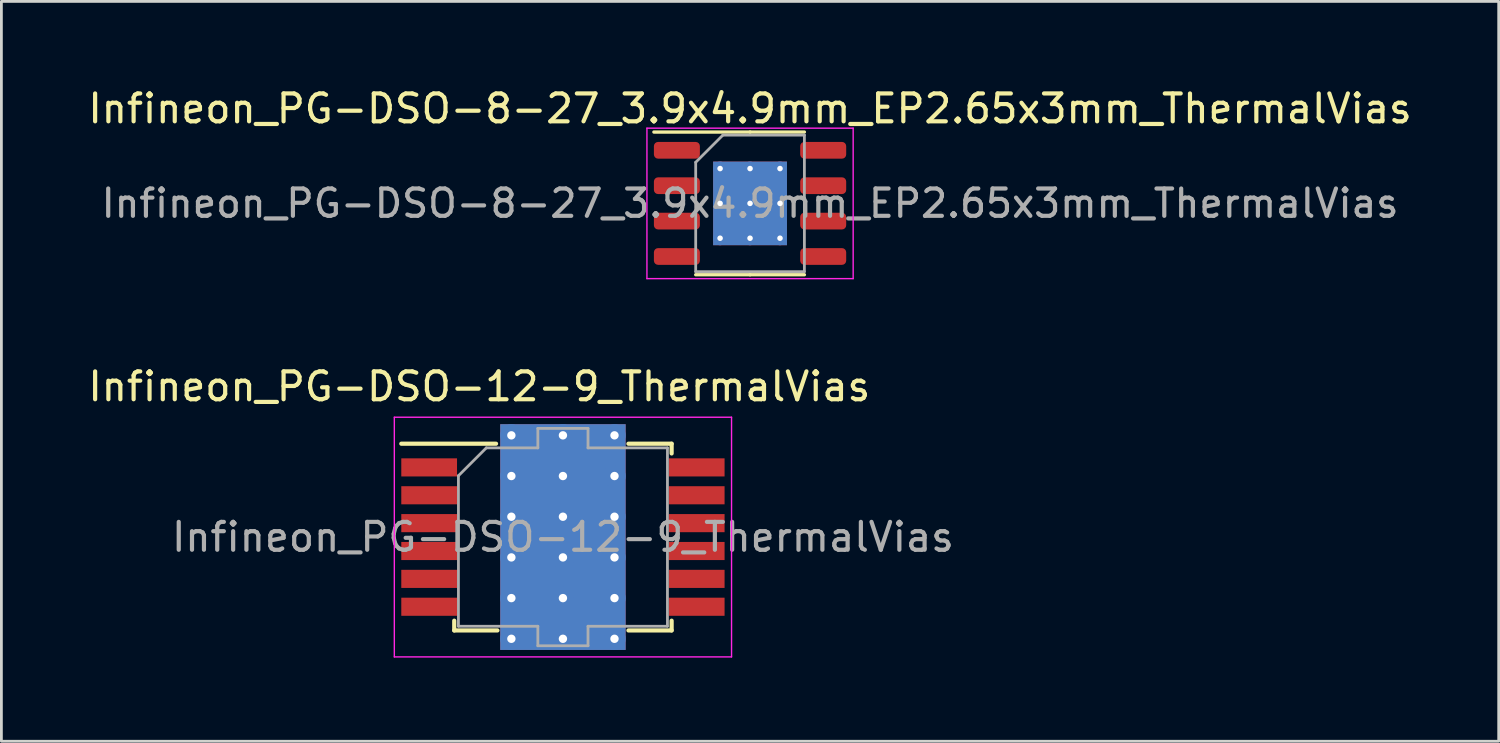
<source format=kicad_pcb>
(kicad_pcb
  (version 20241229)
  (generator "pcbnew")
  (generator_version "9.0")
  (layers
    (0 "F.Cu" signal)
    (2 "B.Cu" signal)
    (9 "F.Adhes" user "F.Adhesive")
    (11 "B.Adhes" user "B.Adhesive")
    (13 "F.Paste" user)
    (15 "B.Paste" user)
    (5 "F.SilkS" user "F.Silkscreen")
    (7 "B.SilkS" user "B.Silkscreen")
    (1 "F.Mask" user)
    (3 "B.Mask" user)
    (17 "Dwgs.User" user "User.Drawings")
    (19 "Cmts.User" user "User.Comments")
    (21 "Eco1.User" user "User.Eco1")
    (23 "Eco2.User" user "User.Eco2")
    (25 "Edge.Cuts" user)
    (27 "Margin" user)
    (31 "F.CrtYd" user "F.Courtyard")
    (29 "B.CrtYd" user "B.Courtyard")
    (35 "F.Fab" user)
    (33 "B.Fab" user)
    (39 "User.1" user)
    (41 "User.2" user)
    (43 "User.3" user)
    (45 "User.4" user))
  (footprint "Infineon_PG-DSO-12-9_ThermalVias"
    (layer "F.Cu")
    (at 17.149 16.221)
    (property "Reference" "Infineon_PG-DSO-12-9_ThermalVias" (at -3 -5.4 0) (layer "F.SilkS") (effects (font (size 1 1) (thickness 0.15))))
    (attr smd)
    (fp_line (start -5.8 -3.35) (end -2.4 -3.35) (stroke (width 0.15) (type solid)) (layer "F.SilkS"))
    (fp_line (start -3.9 3) (end -3.9 3.35) (stroke (width 0.15) (type solid)) (layer "F.SilkS"))
    (fp_line (start -3.9 3.35) (end -2.35 3.35) (stroke (width 0.15) (type solid)) (layer "F.SilkS"))
    (fp_line (start 3.9 -3.35) (end 2.35 -3.35) (stroke (width 0.15) (type solid)) (layer "F.SilkS"))
    (fp_line (start 3.9 -3) (end 3.9 -3.35) (stroke (width 0.15) (type solid)) (layer "F.SilkS"))
    (fp_line (start 3.9 3) (end 3.9 3.35) (stroke (width 0.15) (type solid)) (layer "F.SilkS"))
    (fp_line (start 3.9 3.35) (end 2.35 3.35) (stroke (width 0.15) (type solid)) (layer "F.SilkS"))
    (fp_line (start -6.05 -4.3) (end 6.05 -4.3) (stroke (width 0.05) (type solid)) (layer "F.CrtYd"))
    (fp_line (start -6.05 4.3) (end -6.05 -4.3) (stroke (width 0.05) (type solid)) (layer "F.CrtYd"))
    (fp_line (start 6.05 -4.3) (end 6.05 4.3) (stroke (width 0.05) (type solid)) (layer "F.CrtYd"))
    (fp_line (start 6.05 4.3) (end -6.05 4.3) (stroke (width 0.05) (type solid)) (layer "F.CrtYd"))
    (fp_line (start -3.75 3.2) (end -3.75 -2.2) (stroke (width 0.1) (type solid)) (layer "F.Fab"))
    (fp_line (start -2.75 -3.2) (end -3.75 -2.2) (stroke (width 0.1) (type solid)) (layer "F.Fab"))
    (fp_line (start -2.75 -3.2) (end -0.9 -3.2) (stroke (width 0.1) (type solid)) (layer "F.Fab"))
    (fp_line (start -0.9 -3.9) (end 0.9 -3.9) (stroke (width 0.1) (type solid)) (layer "F.Fab"))
    (fp_line (start -0.9 -3.2) (end -0.9 -3.9) (stroke (width 0.1) (type solid)) (layer "F.Fab"))
    (fp_line (start -0.9 3.2) (end -3.75 3.2) (stroke (width 0.1) (type solid)) (layer "F.Fab"))
    (fp_line (start -0.9 3.9) (end -0.9 3.2) (stroke (width 0.1) (type solid)) (layer "F.Fab"))
    (fp_line (start 0.9 -3.9) (end 0.9 -3.2) (stroke (width 0.1) (type solid)) (layer "F.Fab"))
    (fp_line (start 0.9 -3.2) (end 3.75 -3.2) (stroke (width 0.1) (type solid)) (layer "F.Fab"))
    (fp_line (start 0.9 3.2) (end 0.9 3.9) (stroke (width 0.1) (type solid)) (layer "F.Fab"))
    (fp_line (start 0.9 3.9) (end -0.9 3.9) (stroke (width 0.1) (type solid)) (layer "F.Fab"))
    (fp_line (start 3.75 -3.2) (end 3.75 3.2) (stroke (width 0.1) (type solid)) (layer "F.Fab"))
    (fp_line (start 3.75 3.2) (end 0.9 3.2) (stroke (width 0.1) (type solid)) (layer "F.Fab"))
    (fp_text user "${REFERENCE}" (at 0 0 0) (layer "F.Fab") (effects (font (size 1 1) (thickness 0.15))))
    (pad "" smd rect (at -0.925 -2.92) (size 1.55 1.16) (layers "F.Paste"))
    (pad "" smd rect (at -0.925 -1.46) (size 1.55 1.16) (layers "F.Paste"))
    (pad "" smd rect (at -0.925 0) (size 1.55 1.16) (layers "F.Paste"))
    (pad "" smd rect (at -0.925 1.46) (size 1.55 1.16) (layers "F.Paste"))
    (pad "" smd rect (at -0.925 2.92) (size 1.55 1.16) (layers "F.Paste"))
    (pad "" smd rect (at 0.925 -2.92) (size 1.55 1.16) (layers "F.Paste"))
    (pad "" smd rect (at 0.925 -1.46) (size 1.55 1.16) (layers "F.Paste"))
    (pad "" smd rect (at 0.925 0) (size 1.55 1.16) (layers "F.Paste"))
    (pad "" smd rect (at 0.925 1.46) (size 1.55 1.16) (layers "F.Paste"))
    (pad "" smd rect (at 0.925 2.92) (size 1.55 1.16) (layers "F.Paste"))
    (pad "1" smd rect (at -4.8 -2.5) (size 2 0.65) (layers "F.Cu" "F.Mask" "F.Paste"))
    (pad "2" smd rect (at -4.8 -1.5) (size 2 0.65) (layers "F.Cu" "F.Mask" "F.Paste"))
    (pad "3" smd rect (at -4.8 -0.5) (size 2 0.65) (layers "F.Cu" "F.Mask" "F.Paste"))
    (pad "4" smd rect (at -4.8 0.5) (size 2 0.65) (layers "F.Cu" "F.Mask" "F.Paste"))
    (pad "5" smd rect (at -4.8 1.5) (size 2 0.65) (layers "F.Cu" "F.Mask" "F.Paste"))
    (pad "6" smd rect (at -4.8 2.5) (size 2 0.65) (layers "F.Cu" "F.Mask" "F.Paste"))
    (pad "7" smd rect (at 4.8 2.5) (size 2 0.65) (layers "F.Cu" "F.Mask" "F.Paste"))
    (pad "8" smd rect (at 4.8 1.5) (size 2 0.65) (layers "F.Cu" "F.Mask" "F.Paste"))
    (pad "9" smd rect (at 4.8 0.5) (size 2 0.65) (layers "F.Cu" "F.Mask" "F.Paste"))
    (pad "10" smd rect (at 4.8 -0.5) (size 2 0.65) (layers "F.Cu" "F.Mask" "F.Paste"))
    (pad "11" smd rect (at 4.8 -1.5) (size 2 0.65) (layers "F.Cu" "F.Mask" "F.Paste"))
    (pad "12" smd rect (at 4.8 -2.5) (size 2 0.65) (layers "F.Cu" "F.Mask" "F.Paste"))
    (pad "13" thru_hole circle (at -1.85 -3.65) (size 0.8 0.8) (drill 0.3) (layers "*.Cu"))
    (pad "13" thru_hole circle (at -1.85 -2.19) (size 0.8 0.8) (drill 0.3) (layers "*.Cu"))
    (pad "13" thru_hole circle (at -1.85 -0.73) (size 0.8 0.8) (drill 0.3) (layers "*.Cu"))
    (pad "13" thru_hole circle (at -1.85 0.73) (size 0.8 0.8) (drill 0.3) (layers "*.Cu"))
    (pad "13" thru_hole circle (at -1.85 2.19) (size 0.8 0.8) (drill 0.3) (layers "*.Cu"))
    (pad "13" thru_hole circle (at -1.85 3.65) (size 0.8 0.8) (drill 0.3) (layers "*.Cu"))
    (pad "13" thru_hole circle (at 0 -3.65) (size 0.8 0.8) (drill 0.3) (layers "*.Cu"))
    (pad "13" thru_hole circle (at 0 -2.19) (size 0.8 0.8) (drill 0.3) (layers "*.Cu"))
    (pad "13" thru_hole circle (at 0 -0.73) (size 0.8 0.8) (drill 0.3) (layers "*.Cu"))
    (pad "13" smd rect (at 0 0) (size 4.5 8.1) (layers "F.Cu" "F.Mask"))
    (pad "13" smd rect (at 0 0) (size 4.5 8.1) (layers "B.Cu"))
    (pad "13" thru_hole circle (at 0 0.73) (size 0.8 0.8) (drill 0.3) (layers "*.Cu"))
    (pad "13" thru_hole circle (at 0 2.19) (size 0.8 0.8) (drill 0.3) (layers "*.Cu"))
    (pad "13" thru_hole circle (at 0 3.65) (size 0.8 0.8) (drill 0.3) (layers "*.Cu"))
    (pad "13" thru_hole circle (at 1.85 -3.65) (size 0.8 0.8) (drill 0.3) (layers "*.Cu"))
    (pad "13" thru_hole circle (at 1.85 -2.19) (size 0.8 0.8) (drill 0.3) (layers "*.Cu"))
    (pad "13" thru_hole circle (at 1.85 -0.73) (size 0.8 0.8) (drill 0.3) (layers "*.Cu"))
    (pad "13" thru_hole circle (at 1.85 0.73) (size 0.8 0.8) (drill 0.3) (layers "*.Cu"))
    (pad "13" thru_hole circle (at 1.85 2.19) (size 0.8 0.8) (drill 0.3) (layers "*.Cu"))
    (pad "13" thru_hole circle (at 1.85 3.65) (size 0.8 0.8) (drill 0.3) (layers "*.Cu")))
  (footprint "Infineon_PG-DSO-8-27_3.9x4.9mm_EP2.65x3mm_ThermalVias"
    (layer "F.Cu")
    (at 23.863 4.248)
    (property "Reference" "Infineon_PG-DSO-8-27_3.9x4.9mm_EP2.65x3mm_ThermalVias" (at 0 -3.4 0) (layer "F.SilkS") (effects (font (size 1 1) (thickness 0.15))))
    (attr smd)
    (fp_line (start 0 -2.56) (end -3.45 -2.56) (stroke (width 0.12) (type solid)) (layer "F.SilkS"))
    (fp_line (start 0 -2.56) (end 1.95 -2.56) (stroke (width 0.12) (type solid)) (layer "F.SilkS"))
    (fp_line (start 0 2.56) (end -1.95 2.56) (stroke (width 0.12) (type solid)) (layer "F.SilkS"))
    (fp_line (start 0 2.56) (end 1.95 2.56) (stroke (width 0.12) (type solid)) (layer "F.SilkS"))
    (fp_line (start -3.7 -2.7) (end -3.7 2.7) (stroke (width 0.05) (type solid)) (layer "F.CrtYd"))
    (fp_line (start -3.7 2.7) (end 3.7 2.7) (stroke (width 0.05) (type solid)) (layer "F.CrtYd"))
    (fp_line (start 3.7 -2.7) (end -3.7 -2.7) (stroke (width 0.05) (type solid)) (layer "F.CrtYd"))
    (fp_line (start 3.7 2.7) (end 3.7 -2.7) (stroke (width 0.05) (type solid)) (layer "F.CrtYd"))
    (fp_line (start -1.95 -1.475) (end -0.975 -2.45) (stroke (width 0.1) (type solid)) (layer "F.Fab"))
    (fp_line (start -1.95 2.45) (end -1.95 -1.475) (stroke (width 0.1) (type solid)) (layer "F.Fab"))
    (fp_line (start -0.975 -2.45) (end 1.95 -2.45) (stroke (width 0.1) (type solid)) (layer "F.Fab"))
    (fp_line (start 1.95 -2.45) (end 1.95 2.45) (stroke (width 0.1) (type solid)) (layer "F.Fab"))
    (fp_line (start 1.95 2.45) (end -1.95 2.45) (stroke (width 0.1) (type solid)) (layer "F.Fab"))
    (fp_text user "${REFERENCE}" (at 0 0 0) (layer "F.Fab") (effects (font (size 0.98 0.98) (thickness 0.15))))
    (pad "" smd roundrect (at -0.66 -0.75) (size 1.11 1.25) (layers "F.Paste") (roundrect_rratio 0.225))
    (pad "" smd roundrect (at -0.66 0.75) (size 1.11 1.25) (layers "F.Paste") (roundrect_rratio 0.225))
    (pad "" smd roundrect (at 0.66 -0.75) (size 1.11 1.25) (layers "F.Paste") (roundrect_rratio 0.225))
    (pad "" smd roundrect (at 0.66 0.75) (size 1.11 1.25) (layers "F.Paste") (roundrect_rratio 0.225))
    (pad "1" smd roundrect (at -2.625 -1.905) (size 1.65 0.6) (layers "F.Cu" "F.Mask" "F.Paste") (roundrect_rratio 0.25))
    (pad "2" smd roundrect (at -2.625 -0.635) (size 1.65 0.6) (layers "F.Cu" "F.Mask" "F.Paste") (roundrect_rratio 0.25))
    (pad "3" smd roundrect (at -2.625 0.635) (size 1.65 0.6) (layers "F.Cu" "F.Mask" "F.Paste") (roundrect_rratio 0.25))
    (pad "4" smd roundrect (at -2.625 1.905) (size 1.65 0.6) (layers "F.Cu" "F.Mask" "F.Paste") (roundrect_rratio 0.25))
    (pad "5" smd roundrect (at 2.625 1.905) (size 1.65 0.6) (layers "F.Cu" "F.Mask" "F.Paste") (roundrect_rratio 0.25))
    (pad "6" smd roundrect (at 2.625 0.635) (size 1.65 0.6) (layers "F.Cu" "F.Mask" "F.Paste") (roundrect_rratio 0.25))
    (pad "7" smd roundrect (at 2.625 -0.635) (size 1.65 0.6) (layers "F.Cu" "F.Mask" "F.Paste") (roundrect_rratio 0.25))
    (pad "8" smd roundrect (at 2.625 -1.905) (size 1.65 0.6) (layers "F.Cu" "F.Mask" "F.Paste") (roundrect_rratio 0.25))
    (pad "9" thru_hole circle (at -1.075 -1.25) (size 0.5 0.5) (drill 0.2) (layers "*.Cu"))
    (pad "9" thru_hole circle (at -1.075 0) (size 0.5 0.5) (drill 0.2) (layers "*.Cu"))
    (pad "9" thru_hole circle (at -1.075 1.25) (size 0.5 0.5) (drill 0.2) (layers "*.Cu"))
    (pad "9" thru_hole circle (at 0 -1.25) (size 0.5 0.5) (drill 0.2) (layers "*.Cu"))
    (pad "9" thru_hole circle (at 0 0) (size 0.5 0.5) (drill 0.2) (layers "*.Cu"))
    (pad "9" smd rect (at 0 0) (size 2.65 3) (layers "F.Cu" "F.Mask"))
    (pad "9" smd rect (at 0 0) (size 2.65 3) (layers "B.Cu"))
    (pad "9" thru_hole circle (at 0 1.25) (size 0.5 0.5) (drill 0.2) (layers "*.Cu"))
    (pad "9" thru_hole circle (at 1.075 -1.25) (size 0.5 0.5) (drill 0.2) (layers "*.Cu"))
    (pad "9" thru_hole circle (at 1.075 0) (size 0.5 0.5) (drill 0.2) (layers "*.Cu"))
    (pad "9" thru_hole circle (at 1.075 1.25) (size 0.5 0.5) (drill 0.2) (layers "*.Cu")))
  (gr_rect
    (start -3 -3)
    (end 50.726 23.547)
    (stroke (width 0.1) (type default))
    (fill no)
    (layer "Edge.Cuts")))
</source>
